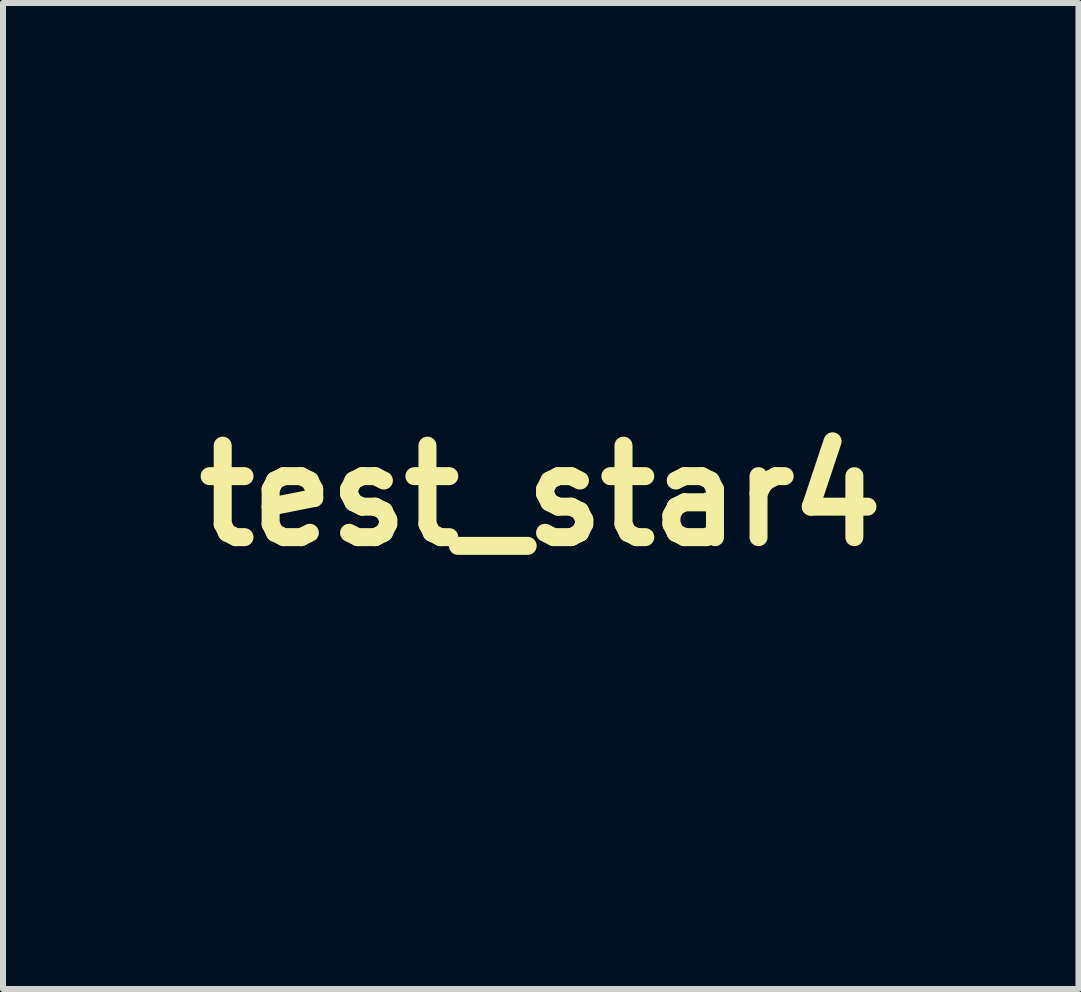
<source format=kicad_pcb>
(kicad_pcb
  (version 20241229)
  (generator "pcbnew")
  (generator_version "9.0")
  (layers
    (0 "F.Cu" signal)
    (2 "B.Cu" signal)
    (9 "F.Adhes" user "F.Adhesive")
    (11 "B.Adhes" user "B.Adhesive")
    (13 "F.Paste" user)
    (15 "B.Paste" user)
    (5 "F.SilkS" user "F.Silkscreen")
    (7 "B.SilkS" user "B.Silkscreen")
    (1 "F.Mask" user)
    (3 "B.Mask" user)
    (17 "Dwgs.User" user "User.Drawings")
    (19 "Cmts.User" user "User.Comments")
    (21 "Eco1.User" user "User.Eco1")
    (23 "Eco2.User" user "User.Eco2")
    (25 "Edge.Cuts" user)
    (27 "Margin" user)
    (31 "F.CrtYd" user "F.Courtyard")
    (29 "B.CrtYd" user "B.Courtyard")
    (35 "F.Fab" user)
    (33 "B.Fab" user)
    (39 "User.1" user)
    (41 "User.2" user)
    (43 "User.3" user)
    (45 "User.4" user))
  (footprint "test_star4"
    (layer "F.Cu")
    (at 5.958 5.209)
    (property "Reference" "test_star4" (at 0 0 0) (layer "F.SilkS") (effects (font (size 1.524 1.524) (thickness 0.3))))
    (attr through_hole)
    (fp_poly (pts (xy -0.001 -5.199) (xy 0.006 -5.186) (xy 0.017 -5.164) (xy 0.032 -5.134) (xy 0.051 -5.097) (xy 0.074 -5.051) (xy 0.1 -4.999) (xy 0.13 -4.939) (xy 0.163 -4.873) (xy 0.199 -4.801) (xy 0.237 -4.723) (xy 0.279 -4.639) (xy 0.323 -4.55) (xy 0.37 -4.456) (xy 0.419 -4.357) (xy 0.471 -4.253) (xy 0.524 -4.146) (xy 0.579 -4.035) (xy 0.636 -3.92) (xy 0.694 -3.802) (xy 0.754 -3.682) (xy 0.815 -3.559) (xy 0.846 -3.495) (xy 0.907 -3.371) (xy 0.968 -3.249) (xy 1.027 -3.129) (xy 1.085 -3.013) (xy 1.141 -2.9) (xy 1.195 -2.79) (xy 1.247 -2.685) (xy 1.298 -2.583) (xy 1.346 -2.487) (xy 1.391 -2.395) (xy 1.434 -2.308) (xy 1.475 -2.226) (xy 1.513 -2.151) (xy 1.547 -2.081) (xy 1.579 -2.018) (xy 1.607 -1.962) (xy 1.631 -1.913) (xy 1.652 -1.871) (xy 1.67 -1.837) (xy 1.683 -1.81) (xy 1.692 -1.793) (xy 1.697 -1.783) (xy 1.698 -1.782) (xy 1.703 -1.781) (xy 1.718 -1.779) (xy 1.743 -1.775) (xy 1.776 -1.77) (xy 1.819 -1.764) (xy 1.869 -1.756) (xy 1.927 -1.748) (xy 1.993 -1.738) (xy 2.067 -1.727) (xy 2.147 -1.716) (xy 2.233 -1.703) (xy 2.326 -1.689) (xy 2.425 -1.675) (xy 2.529 -1.66) (xy 2.638 -1.644) (xy 2.752 -1.628) (xy 2.871 -1.611) (xy 2.993 -1.593) (xy 3.12 -1.575) (xy 3.249 -1.556) (xy 3.382 -1.537) (xy 3.517 -1.517) (xy 3.559 -1.511) (xy 3.724 -1.487) (xy 3.879 -1.465) (xy 4.026 -1.444) (xy 4.162 -1.424) (xy 4.29 -1.406) (xy 4.41 -1.389) (xy 4.521 -1.372) (xy 4.624 -1.358) (xy 4.72 -1.344) (xy 4.808 -1.331) (xy 4.889 -1.319) (xy 4.963 -1.309) (xy 5.031 -1.299) (xy 5.093 -1.29) (xy 5.148 -1.282) (xy 5.198 -1.275) (xy 5.243 -1.268) (xy 5.283 -1.262) (xy 5.318 -1.257) (xy 5.348 -1.252) (xy 5.374 -1.249) (xy 5.397 -1.245) (xy 5.416 -1.242) (xy 5.432 -1.24) (xy 5.444 -1.238) (xy 5.455 -1.236) (xy 5.462 -1.235) (xy 5.468 -1.234) (xy 5.472 -1.233) (xy 5.475 -1.232) (xy 5.476 -1.231) (xy 5.476 -1.231) (xy 5.476 -1.231) (xy 5.476 -1.23) (xy 5.475 -1.23) (xy 5.475 -1.23) (xy 5.471 -1.226) (xy 5.461 -1.215) (xy 5.443 -1.198) (xy 5.419 -1.175) (xy 5.389 -1.145) (xy 5.353 -1.11) (xy 5.311 -1.068) (xy 5.264 -1.022) (xy 5.211 -0.971) (xy 5.153 -0.914) (xy 5.091 -0.853) (xy 5.024 -0.788) (xy 4.954 -0.719) (xy 4.879 -0.646) (xy 4.8 -0.569) (xy 4.718 -0.489) (xy 4.633 -0.406) (xy 4.545 -0.32) (xy 4.455 -0.232) (xy 4.362 -0.141) (xy 4.267 -0.048) (xy 4.171 0.045) (xy 4.073 0.141) (xy 3.977 0.234) (xy 3.883 0.326) (xy 3.791 0.416) (xy 3.701 0.504) (xy 3.614 0.589) (xy 3.53 0.671) (xy 3.449 0.75) (xy 3.371 0.826) (xy 3.298 0.898) (xy 3.228 0.966) (xy 3.163 1.029) (xy 3.102 1.089) (xy 3.046 1.144) (xy 2.995 1.193) (xy 2.949 1.238) (xy 2.91 1.277) (xy 2.876 1.31) (xy 2.848 1.337) (xy 2.827 1.358) (xy 2.812 1.372) (xy 2.805 1.379) (xy 2.743 1.44) (xy 3.066 3.312) (xy 3.089 3.449) (xy 3.112 3.583) (xy 3.135 3.714) (xy 3.157 3.841) (xy 3.178 3.966) (xy 3.199 4.086) (xy 3.219 4.202) (xy 3.238 4.314) (xy 3.257 4.42) (xy 3.274 4.521) (xy 3.291 4.617) (xy 3.306 4.707) (xy 3.32 4.79) (xy 3.334 4.866) (xy 3.346 4.936) (xy 3.356 4.998) (xy 3.366 5.052) (xy 3.374 5.098) (xy 3.38 5.136) (xy 3.385 5.165) (xy 3.389 5.184) (xy 3.391 5.195) (xy 3.391 5.196) (xy 3.391 5.205) (xy 3.387 5.206) (xy 3.382 5.204) (xy 3.368 5.197) (xy 3.346 5.185) (xy 3.316 5.17) (xy 3.278 5.15) (xy 3.233 5.126) (xy 3.181 5.099) (xy 3.122 5.068) (xy 3.056 5.034) (xy 2.984 4.996) (xy 2.906 4.955) (xy 2.823 4.912) (xy 2.734 4.865) (xy 2.641 4.816) (xy 2.543 4.765) (xy 2.441 4.711) (xy 2.334 4.656) (xy 2.224 4.598) (xy 2.111 4.538) (xy 1.994 4.477) (xy 1.875 4.415) (xy 1.753 4.351) (xy 1.693 4.319) (xy 0.005 3.434) (xy -0.021 3.447) (xy -0.028 3.451) (xy -0.043 3.459) (xy -0.066 3.471) (xy -0.098 3.487) (xy -0.137 3.508) (xy -0.184 3.532) (xy -0.237 3.561) (xy -0.298 3.592) (xy -0.364 3.628) (xy -0.437 3.666) (xy -0.516 3.707) (xy -0.6 3.752) (xy -0.69 3.799) (xy -0.784 3.848) (xy -0.883 3.9) (xy -0.986 3.955) (xy -1.092 4.011) (xy -1.203 4.069) (xy -1.316 4.129) (xy -1.433 4.19) (xy -1.552 4.253) (xy -1.673 4.317) (xy -1.711 4.336) (xy -1.832 4.401) (xy -1.952 4.463) (xy -2.069 4.525) (xy -2.182 4.585) (xy -2.293 4.643) (xy -2.4 4.7) (xy -2.503 4.754) (xy -2.603 4.806) (xy -2.697 4.856) (xy -2.787 4.903) (xy -2.872 4.948) (xy -2.951 4.989) (xy -3.024 5.028) (xy -3.092 5.063) (xy -3.153 5.095) (xy -3.207 5.124) (xy -3.254 5.149) (xy -3.294 5.17) (xy -3.327 5.187) (xy -3.351 5.199) (xy -3.367 5.208) (xy -3.375 5.212) (xy -3.376 5.212) (xy -3.378 5.208) (xy -3.378 5.204) (xy -3.377 5.199) (xy -3.375 5.184) (xy -3.371 5.159) (xy -3.365 5.126) (xy -3.358 5.084) (xy -3.35 5.033) (xy -3.34 4.975) (xy -3.329 4.909) (xy -3.316 4.836) (xy -3.303 4.756) (xy -3.288 4.669) (xy -3.272 4.577) (xy -3.255 4.478) (xy -3.238 4.374) (xy -3.219 4.265) (xy -3.2 4.151) (xy -3.179 4.033) (xy -3.159 3.91) (xy -3.137 3.784) (xy -3.115 3.654) (xy -3.092 3.522) (xy -3.069 3.386) (xy -3.058 3.322) (xy -3.035 3.185) (xy -3.012 3.051) (xy -2.99 2.92) (xy -2.968 2.793) (xy -2.947 2.668) (xy -2.926 2.548) (xy -2.906 2.432) (xy -2.887 2.321) (xy -2.869 2.215) (xy -2.852 2.114) (xy -2.836 2.019) (xy -2.821 1.93) (xy -2.807 1.847) (xy -2.794 1.771) (xy -2.782 1.702) (xy -2.771 1.64) (xy -2.762 1.587) (xy -2.754 1.541) (xy -2.748 1.504) (xy -2.743 1.475) (xy -2.74 1.456) (xy -2.738 1.446) (xy -2.738 1.445) (xy -2.742 1.442) (xy -2.752 1.431) (xy -2.77 1.414) (xy -2.794 1.391) (xy -2.824 1.361) (xy -2.86 1.326) (xy -2.902 1.285) (xy -2.95 1.238) (xy -3.003 1.187) (xy -3.06 1.131) (xy -3.123 1.07) (xy -3.19 1.004) (xy -3.261 0.935) (xy -3.337 0.861) (xy -3.416 0.784) (xy -3.499 0.704) (xy -3.585 0.62) (xy -3.674 0.534) (xy -3.765 0.444) (xy -3.859 0.353) (xy -3.956 0.259) (xy -4.054 0.163) (xy -4.108 0.111) (xy -4.23 -0.008) (xy -4.345 -0.12) (xy -4.454 -0.226) (xy -4.555 -0.325) (xy -4.65 -0.417) (xy -4.739 -0.504) (xy -4.822 -0.585) (xy -4.898 -0.659) (xy -4.969 -0.728) (xy -5.034 -0.792) (xy -5.094 -0.851) (xy -5.149 -0.904) (xy -5.198 -0.953) (xy -5.243 -0.997) (xy -5.283 -1.036) (xy -5.318 -1.071) (xy -5.349 -1.102) (xy -5.377 -1.129) (xy -5.4 -1.152) (xy -5.419 -1.172) (xy -5.435 -1.188) (xy -5.448 -1.201) (xy -5.457 -1.211) (xy -5.463 -1.218) (xy -5.467 -1.223) (xy -5.468 -1.225) (xy -5.468 -1.225) (xy -5.462 -1.226) (xy -5.447 -1.229) (xy -5.422 -1.232) (xy -5.388 -1.237) (xy -5.346 -1.244) (xy -5.295 -1.251) (xy -5.237 -1.26) (xy -5.17 -1.27) (xy -5.097 -1.281) (xy -5.017 -1.292) (xy -4.93 -1.305) (xy -4.837 -1.319) (xy -4.738 -1.334) (xy -4.633 -1.349) (xy -4.523 -1.365) (xy -4.409 -1.382) (xy -4.29 -1.399) (xy -4.167 -1.417) (xy -4.04 -1.436) (xy -3.91 -1.455) (xy -3.777 -1.474) (xy -3.641 -1.494) (xy -3.577 -1.503) (xy -3.44 -1.523) (xy -3.305 -1.543) (xy -3.174 -1.562) (xy -3.046 -1.581) (xy -2.921 -1.599) (xy -2.801 -1.617) (xy -2.684 -1.634) (xy -2.573 -1.65) (xy -2.466 -1.666) (xy -2.365 -1.68) (xy -2.269 -1.694) (xy -2.18 -1.708) (xy -2.097 -1.72) (xy -2.021 -1.731) (xy -1.951 -1.741) (xy -1.89 -1.75) (xy -1.836 -1.758) (xy -1.79 -1.765) (xy -1.752 -1.77) (xy -1.724 -1.775) (xy -1.705 -1.778) (xy -1.695 -1.779) (xy -1.694 -1.779) (xy -1.691 -1.784) (xy -1.685 -1.797) (xy -1.674 -1.819) (xy -1.659 -1.849) (xy -1.64 -1.887) (xy -1.618 -1.933) (xy -1.592 -1.985) (xy -1.563 -2.045) (xy -1.53 -2.111) (xy -1.494 -2.183) (xy -1.456 -2.262) (xy -1.414 -2.346) (xy -1.37 -2.435) (xy -1.324 -2.53) (xy -1.275 -2.629) (xy -1.224 -2.732) (xy -1.171 -2.84) (xy -1.116 -2.951) (xy -1.06 -3.066) (xy -1.001 -3.184) (xy -0.942 -3.305) (xy -0.881 -3.428) (xy -0.85 -3.492) (xy -0.789 -3.616) (xy -0.728 -3.738) (xy -0.67 -3.857) (xy -0.612 -3.974) (xy -0.556 -4.087) (xy -0.502 -4.197) (xy -0.45 -4.302) (xy -0.4 -4.404) (xy -0.352 -4.5) (xy -0.307 -4.592) (xy -0.264 -4.679) (xy -0.224 -4.76) (xy -0.186 -4.836) (xy -0.152 -4.905) (xy -0.121 -4.968) (xy -0.093 -5.025) (xy -0.069 -5.074) (xy -0.048 -5.115) (xy -0.031 -5.15) (xy -0.018 -5.176) (xy -0.009 -5.193) (xy -0.004 -5.202) (xy -0.003 -5.204) (xy -0.001 -5.199)) (stroke (width 0.01) (type solid)) (fill yes) (layer "F.Mask")))
  (gr_rect
    (start -3 -3)
    (end 14.916 13.426)
    (stroke (width 0.1) (type default))
    (fill no)
    (layer "Edge.Cuts")))
</source>
